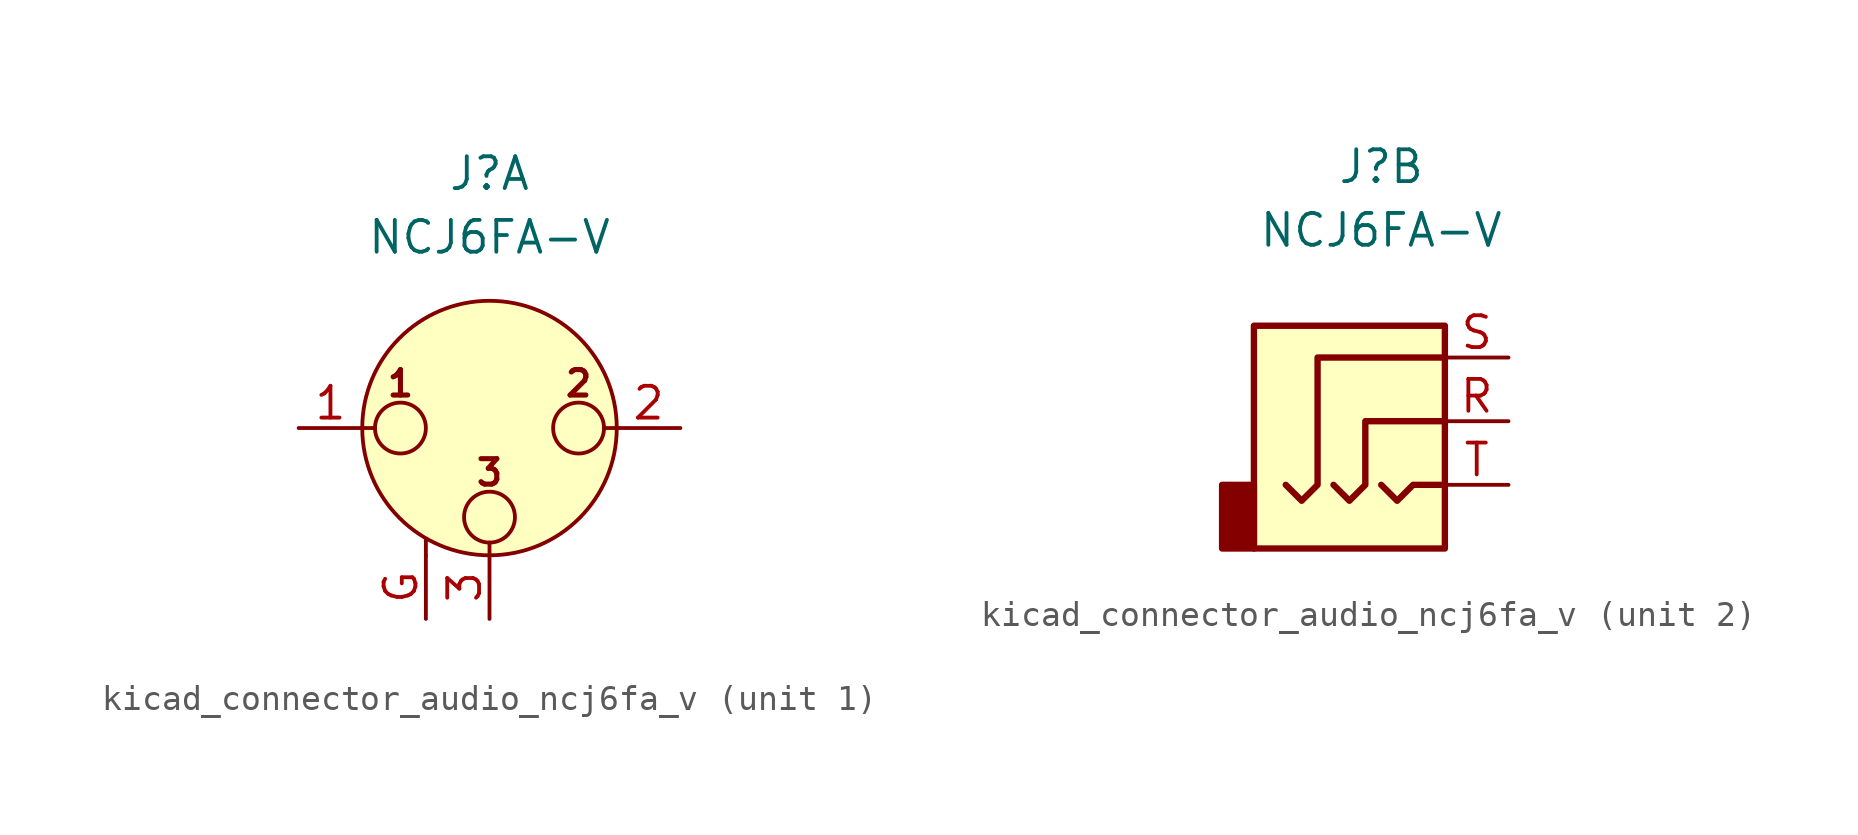
<source format=kicad_sym>
(kicad_symbol_lib
  (version 20220914)
  (generator kicad_symbol_editor)
  (symbol "kicad_connector_audio_ncj6fa_v"
    (pin_names hide)
    (property "Reference" "J"
      (at 0 10.16 0)
      (effects (font (size 1.27 1.27))))
    (property "Value" "NCJ6FA-V"
      (at 0 7.62 0)
      (effects (font (size 1.27 1.27))))
    (symbol "kicad_connector_audio_ncj6fa_v_1_1"
      (circle (center -3.556 0) (radius 1.016) (stroke (width 0) (type default)) (fill (type none)))
      (circle (center 0 -3.556) (radius 1.016) (stroke (width 0) (type default)) (fill (type none)))
      (polyline (pts (xy -5.08 0) (xy -4.572 0)) (stroke (width 0) (type default)) (fill (type none)))
      (polyline (pts (xy -2.54 -5.08) (xy -2.54 -4.445)) (stroke (width 0) (type default)) (fill (type none)))
      (polyline (pts (xy 0 -5.08) (xy 0 -4.572)) (stroke (width 0) (type default)) (fill (type none)))
      (polyline (pts (xy 5.08 0) (xy 4.572 0)) (stroke (width 0) (type default)) (fill (type none)))
      (circle (center 0 0) (radius 5.08) (stroke (width 0) (type default)) (fill (type background)))
      (circle (center 3.556 0) (radius 1.016) (stroke (width 0) (type default)) (fill (type none)))
      (text "1" (at -3.556 1.778 0) (effects (font (size 1.016 1.016) bold)))
      (text "2" (at 3.556 1.778 0) (effects (font (size 1.016 1.016) bold)))
      (text "3" (at 0 -1.778 0) (effects (font (size 1.016 1.016) bold)))
      (pin passive line (at -7.62 0 0) (length 2.54) (name "~" (effects (font (size 1.27 1.27)))) (number "1" (effects (font (size 1.27 1.27)))))
      (pin passive line (at 7.62 0 180) (length 2.54) (name "~" (effects (font (size 1.27 1.27)))) (number "2" (effects (font (size 1.27 1.27)))))
      (pin passive line (at 0 -7.62 90) (length 2.54) (name "~" (effects (font (size 1.27 1.27)))) (number "3" (effects (font (size 1.27 1.27)))))
      (pin passive line (at -2.54 -7.62 90) (length 2.54) (name "~" (effects (font (size 1.27 1.27)))) (number "G" (effects (font (size 1.27 1.27))))))
    (symbol "kicad_connector_audio_ncj6fa_v_2_1"
      (rectangle (start -5.08 -2.54) (end -6.35 -5.08) (stroke (width 0.254) (type default)) (fill (type outline)))
      (polyline (pts (xy 0 -2.54) (xy 0.635 -3.175) (xy 1.27 -2.54) (xy 2.54 -2.54)) (stroke (width 0.254) (type default)) (fill (type none)))
      (polyline (pts (xy -1.905 -2.54) (xy -1.27 -3.175) (xy -0.635 -2.54) (xy -0.635 0) (xy 2.54 0)) (stroke (width 0.254) (type default)) (fill (type none)))
      (polyline (pts (xy 2.54 2.54) (xy -2.54 2.54) (xy -2.54 -2.54) (xy -3.175 -3.175) (xy -3.81 -2.54)) (stroke (width 0.254) (type default)) (fill (type none)))
      (rectangle (start 2.54 3.81) (end -5.08 -5.08) (stroke (width 0.254) (type default)) (fill (type background)))
      (pin passive line (at 5.08 0 180) (length 2.54) (name "~" (effects (font (size 1.27 1.27)))) (number "R" (effects (font (size 1.27 1.27)))))
      (pin passive line (at 5.08 2.54 180) (length 2.54) (name "~" (effects (font (size 1.27 1.27)))) (number "S" (effects (font (size 1.27 1.27)))))
      (pin passive line (at 5.08 -2.54 180) (length 2.54) (name "~" (effects (font (size 1.27 1.27)))) (number "T" (effects (font (size 1.27 1.27))))))))
</source>
